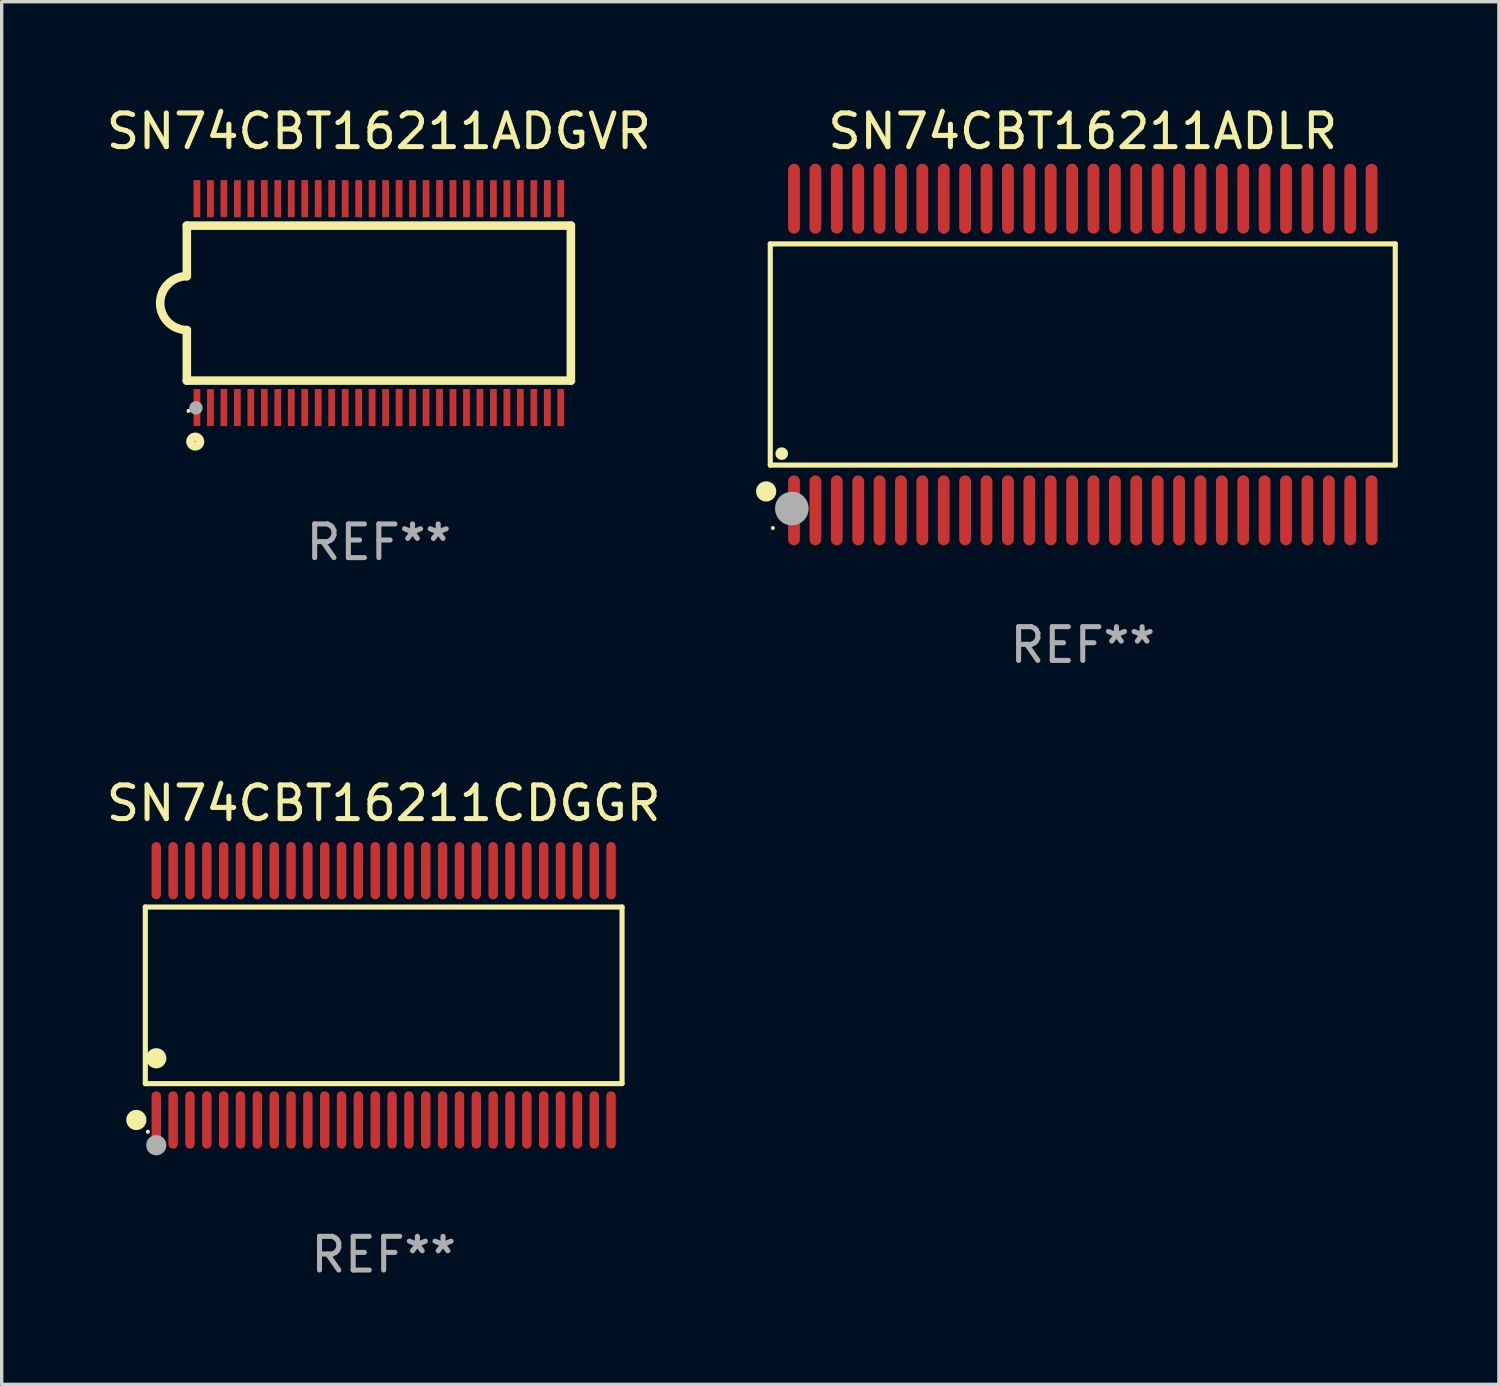
<source format=kicad_pcb>
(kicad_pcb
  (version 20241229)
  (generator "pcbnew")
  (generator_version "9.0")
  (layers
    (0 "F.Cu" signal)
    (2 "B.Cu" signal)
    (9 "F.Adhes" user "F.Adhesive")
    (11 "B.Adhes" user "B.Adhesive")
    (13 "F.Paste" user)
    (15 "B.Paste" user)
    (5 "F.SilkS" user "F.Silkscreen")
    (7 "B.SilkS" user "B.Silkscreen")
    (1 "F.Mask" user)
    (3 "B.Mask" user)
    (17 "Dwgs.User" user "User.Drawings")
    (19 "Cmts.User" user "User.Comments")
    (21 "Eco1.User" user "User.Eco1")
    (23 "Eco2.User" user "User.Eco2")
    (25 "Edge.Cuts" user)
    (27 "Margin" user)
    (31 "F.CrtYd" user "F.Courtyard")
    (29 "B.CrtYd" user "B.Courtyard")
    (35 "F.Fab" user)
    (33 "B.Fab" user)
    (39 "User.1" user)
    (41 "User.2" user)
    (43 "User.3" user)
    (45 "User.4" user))
  (footprint "SN74CBT16211ADGVR"
    (layer "F.Cu")
    (at 8.196 5.948)
    (property "Reference" "SN74CBT16211ADGVR" (at 0 -5.1 0) (layer "F.SilkS") (effects (font (size 1 1) (thickness 0.15))))
    (attr through_hole)
    (fp_line (start -5.7 -2.3) (end -5.7 -0.8) (stroke (width 0.254) (type solid)) (layer "F.SilkS"))
    (fp_line (start -5.7 -2.3) (end 5.7 -2.3) (stroke (width 0.254) (type solid)) (layer "F.SilkS"))
    (fp_line (start -5.7 2.3) (end -5.7 0.8) (stroke (width 0.254) (type solid)) (layer "F.SilkS"))
    (fp_line (start -5.7 2.3) (end 5.7 2.3) (stroke (width 0.254) (type solid)) (layer "F.SilkS"))
    (fp_line (start 5.7 -2.3) (end 5.7 2.3) (stroke (width 0.254) (type solid)) (layer "F.SilkS"))
    (fp_arc (start -5.700013 0.800025) (mid -6.500343 -0.000382) (end -5.699962 -0.800737) (stroke (width 0.254001) (type solid)) (layer "F.SilkS"))
    (fp_circle (center -5.65 3.2) (end -5.62 3.2) (stroke (width 0.06) (type solid)) (fill no) (layer "F.SilkS"))
    (fp_circle (center -5.45 4.11) (end -5.309 4.11) (stroke (width 0.254) (type solid)) (fill no) (layer "F.SilkS"))
    (fp_circle (center -5.43 3.11) (end -5.33 3.11) (stroke (width 0.2) (type solid)) (fill no) (layer "F.Fab"))
    (fp_text user "REF**" (at 0 7.1 0) (layer "F.Fab") (effects (font (size 1 1) (thickness 0.15))))
    (pad "1" smd rect (at -5.4 3.1) (size 0.2 1.1) (layers "F.Cu" "F.Mask" "F.Paste"))
    (pad "2" smd rect (at -5 3.1) (size 0.2 1.1) (layers "F.Cu" "F.Mask" "F.Paste"))
    (pad "3" smd rect (at -4.6 3.1) (size 0.2 1.1) (layers "F.Cu" "F.Mask" "F.Paste"))
    (pad "4" smd rect (at -4.2 3.1) (size 0.2 1.1) (layers "F.Cu" "F.Mask" "F.Paste"))
    (pad "5" smd rect (at -3.8 3.1) (size 0.2 1.1) (layers "F.Cu" "F.Mask" "F.Paste"))
    (pad "6" smd rect (at -3.4 3.1) (size 0.2 1.1) (layers "F.Cu" "F.Mask" "F.Paste"))
    (pad "7" smd rect (at -3 3.1) (size 0.2 1.1) (layers "F.Cu" "F.Mask" "F.Paste"))
    (pad "8" smd rect (at -2.6 3.1) (size 0.2 1.1) (layers "F.Cu" "F.Mask" "F.Paste"))
    (pad "9" smd rect (at -2.2 3.1) (size 0.2 1.1) (layers "F.Cu" "F.Mask" "F.Paste"))
    (pad "10" smd rect (at -1.8 3.1) (size 0.2 1.1) (layers "F.Cu" "F.Mask" "F.Paste"))
    (pad "11" smd rect (at -1.4 3.1) (size 0.2 1.1) (layers "F.Cu" "F.Mask" "F.Paste"))
    (pad "12" smd rect (at -1 3.1) (size 0.2 1.1) (layers "F.Cu" "F.Mask" "F.Paste"))
    (pad "13" smd rect (at -0.6 3.1) (size 0.2 1.1) (layers "F.Cu" "F.Mask" "F.Paste"))
    (pad "14" smd rect (at -0.2 3.1) (size 0.2 1.1) (layers "F.Cu" "F.Mask" "F.Paste"))
    (pad "15" smd rect (at 0.2 3.1) (size 0.2 1.1) (layers "F.Cu" "F.Mask" "F.Paste"))
    (pad "16" smd rect (at 0.6 3.1) (size 0.2 1.1) (layers "F.Cu" "F.Mask" "F.Paste"))
    (pad "17" smd rect (at 1 3.1) (size 0.2 1.1) (layers "F.Cu" "F.Mask" "F.Paste"))
    (pad "18" smd rect (at 1.4 3.1) (size 0.2 1.1) (layers "F.Cu" "F.Mask" "F.Paste"))
    (pad "19" smd rect (at 1.8 3.1) (size 0.2 1.1) (layers "F.Cu" "F.Mask" "F.Paste"))
    (pad "20" smd rect (at 2.2 3.1) (size 0.2 1.1) (layers "F.Cu" "F.Mask" "F.Paste"))
    (pad "21" smd rect (at 2.6 3.1) (size 0.2 1.1) (layers "F.Cu" "F.Mask" "F.Paste"))
    (pad "22" smd rect (at 3 3.1) (size 0.2 1.1) (layers "F.Cu" "F.Mask" "F.Paste"))
    (pad "23" smd rect (at 3.4 3.1) (size 0.2 1.1) (layers "F.Cu" "F.Mask" "F.Paste"))
    (pad "24" smd rect (at 3.8 3.1) (size 0.2 1.1) (layers "F.Cu" "F.Mask" "F.Paste"))
    (pad "25" smd rect (at 4.2 3.1) (size 0.2 1.1) (layers "F.Cu" "F.Mask" "F.Paste"))
    (pad "26" smd rect (at 4.6 3.1) (size 0.2 1.1) (layers "F.Cu" "F.Mask" "F.Paste"))
    (pad "27" smd rect (at 5 3.1) (size 0.2 1.1) (layers "F.Cu" "F.Mask" "F.Paste"))
    (pad "28" smd rect (at 5.4 3.1) (size 0.2 1.1) (layers "F.Cu" "F.Mask" "F.Paste"))
    (pad "29" smd rect (at 5.4 -3.1) (size 0.2 1.1) (layers "F.Cu" "F.Mask" "F.Paste"))
    (pad "30" smd rect (at 5 -3.1) (size 0.2 1.1) (layers "F.Cu" "F.Mask" "F.Paste"))
    (pad "31" smd rect (at 4.6 -3.1) (size 0.2 1.1) (layers "F.Cu" "F.Mask" "F.Paste"))
    (pad "32" smd rect (at 4.2 -3.1) (size 0.2 1.1) (layers "F.Cu" "F.Mask" "F.Paste"))
    (pad "33" smd rect (at 3.8 -3.1) (size 0.2 1.1) (layers "F.Cu" "F.Mask" "F.Paste"))
    (pad "34" smd rect (at 3.4 -3.1) (size 0.2 1.1) (layers "F.Cu" "F.Mask" "F.Paste"))
    (pad "35" smd rect (at 3 -3.1) (size 0.2 1.1) (layers "F.Cu" "F.Mask" "F.Paste"))
    (pad "36" smd rect (at 2.6 -3.1) (size 0.2 1.1) (layers "F.Cu" "F.Mask" "F.Paste"))
    (pad "37" smd rect (at 2.2 -3.1) (size 0.2 1.1) (layers "F.Cu" "F.Mask" "F.Paste"))
    (pad "38" smd rect (at 1.8 -3.1) (size 0.2 1.1) (layers "F.Cu" "F.Mask" "F.Paste"))
    (pad "39" smd rect (at 1.4 -3.1) (size 0.2 1.1) (layers "F.Cu" "F.Mask" "F.Paste"))
    (pad "40" smd rect (at 1 -3.1) (size 0.2 1.1) (layers "F.Cu" "F.Mask" "F.Paste"))
    (pad "41" smd rect (at 0.6 -3.1) (size 0.2 1.1) (layers "F.Cu" "F.Mask" "F.Paste"))
    (pad "42" smd rect (at 0.2 -3.1) (size 0.2 1.1) (layers "F.Cu" "F.Mask" "F.Paste"))
    (pad "43" smd rect (at -0.2 -3.1) (size 0.2 1.1) (layers "F.Cu" "F.Mask" "F.Paste"))
    (pad "44" smd rect (at -0.6 -3.1) (size 0.2 1.1) (layers "F.Cu" "F.Mask" "F.Paste"))
    (pad "45" smd rect (at -1 -3.1) (size 0.2 1.1) (layers "F.Cu" "F.Mask" "F.Paste"))
    (pad "46" smd rect (at -1.4 -3.1) (size 0.2 1.1) (layers "F.Cu" "F.Mask" "F.Paste"))
    (pad "47" smd rect (at -1.8 -3.1) (size 0.2 1.1) (layers "F.Cu" "F.Mask" "F.Paste"))
    (pad "48" smd rect (at -2.2 -3.1) (size 0.2 1.1) (layers "F.Cu" "F.Mask" "F.Paste"))
    (pad "49" smd rect (at -2.6 -3.1) (size 0.2 1.1) (layers "F.Cu" "F.Mask" "F.Paste"))
    (pad "50" smd rect (at -3 -3.1) (size 0.2 1.1) (layers "F.Cu" "F.Mask" "F.Paste"))
    (pad "51" smd rect (at -3.4 -3.1) (size 0.2 1.1) (layers "F.Cu" "F.Mask" "F.Paste"))
    (pad "52" smd rect (at -3.8 -3.1) (size 0.2 1.1) (layers "F.Cu" "F.Mask" "F.Paste"))
    (pad "53" smd rect (at -4.2 -3.1) (size 0.2 1.1) (layers "F.Cu" "F.Mask" "F.Paste"))
    (pad "54" smd rect (at -4.6 -3.1) (size 0.2 1.1) (layers "F.Cu" "F.Mask" "F.Paste"))
    (pad "55" smd rect (at -5 -3.1) (size 0.2 1.1) (layers "F.Cu" "F.Mask" "F.Paste"))
    (pad "56" smd rect (at -5.4 -3.1) (size 0.2 1.1) (layers "F.Cu" "F.Mask" "F.Paste")))
  (footprint "SN74CBT16211ADLR"
    (layer "F.Cu")
    (at 29.091 7.473)
    (property "Reference" "SN74CBT16211ADLR" (at 0 -6.625 0) (layer "F.SilkS") (effects (font (size 1 1) (thickness 0.15))))
    (attr through_hole)
    (fp_line (start -9.276 -3.283) (end 9.276 -3.283) (stroke (width 0.152) (type solid)) (layer "F.SilkS"))
    (fp_line (start -9.276 3.283) (end -9.276 -3.283) (stroke (width 0.152) (type solid)) (layer "F.SilkS"))
    (fp_line (start 9.276 -3.283) (end 9.276 3.283) (stroke (width 0.152) (type solid)) (layer "F.SilkS"))
    (fp_line (start 9.276 3.283) (end -9.276 3.283) (stroke (width 0.152) (type solid)) (layer "F.SilkS"))
    (fp_circle (center -9.398 4.064) (end -9.248 4.064) (stroke (width 0.3) (type solid)) (fill no) (layer "F.SilkS"))
    (fp_circle (center -9.2 5.15) (end -9.17 5.15) (stroke (width 0.06) (type solid)) (fill no) (layer "F.SilkS"))
    (fp_circle (center -8.936 2.943) (end -8.842 2.943) (stroke (width 0.188) (type solid)) (fill no) (layer "F.SilkS"))
    (fp_circle (center -8.636 4.572) (end -8.386 4.572) (stroke (width 0.5) (type solid)) (fill no) (layer "F.Fab"))
    (fp_text user "REF**" (at 0 8.625 0) (layer "F.Fab") (effects (font (size 1 1) (thickness 0.15))))
    (pad "1" smd oval (at -8.572 4.625 90) (size 2.075 0.35) (layers "F.Cu" "F.Mask" "F.Paste"))
    (pad "2" smd oval (at -7.937 4.625 90) (size 2.075 0.35) (layers "F.Cu" "F.Mask" "F.Paste"))
    (pad "3" smd oval (at -7.302 4.625 90) (size 2.075 0.35) (layers "F.Cu" "F.Mask" "F.Paste"))
    (pad "4" smd oval (at -6.667 4.625 90) (size 2.075 0.35) (layers "F.Cu" "F.Mask" "F.Paste"))
    (pad "5" smd oval (at -6.032 4.625 90) (size 2.075 0.35) (layers "F.Cu" "F.Mask" "F.Paste"))
    (pad "6" smd oval (at -5.397 4.625 90) (size 2.075 0.35) (layers "F.Cu" "F.Mask" "F.Paste"))
    (pad "7" smd oval (at -4.762 4.625 90) (size 2.075 0.35) (layers "F.Cu" "F.Mask" "F.Paste"))
    (pad "8" smd oval (at -4.127 4.625 90) (size 2.075 0.35) (layers "F.Cu" "F.Mask" "F.Paste"))
    (pad "9" smd oval (at -3.492 4.625 90) (size 2.075 0.35) (layers "F.Cu" "F.Mask" "F.Paste"))
    (pad "10" smd oval (at -2.857 4.625 90) (size 2.075 0.35) (layers "F.Cu" "F.Mask" "F.Paste"))
    (pad "11" smd oval (at -2.222 4.625 90) (size 2.075 0.35) (layers "F.Cu" "F.Mask" "F.Paste"))
    (pad "12" smd oval (at -1.587 4.625 90) (size 2.075 0.35) (layers "F.Cu" "F.Mask" "F.Paste"))
    (pad "13" smd oval (at -0.952 4.625 90) (size 2.075 0.35) (layers "F.Cu" "F.Mask" "F.Paste"))
    (pad "14" smd oval (at -0.317 4.625 90) (size 2.075 0.35) (layers "F.Cu" "F.Mask" "F.Paste"))
    (pad "15" smd oval (at 0.318 4.625 90) (size 2.075 0.35) (layers "F.Cu" "F.Mask" "F.Paste"))
    (pad "16" smd oval (at 0.953 4.625 90) (size 2.075 0.35) (layers "F.Cu" "F.Mask" "F.Paste"))
    (pad "17" smd oval (at 1.588 4.625 90) (size 2.075 0.35) (layers "F.Cu" "F.Mask" "F.Paste"))
    (pad "18" smd oval (at 2.223 4.625 90) (size 2.075 0.35) (layers "F.Cu" "F.Mask" "F.Paste"))
    (pad "19" smd oval (at 2.858 4.625 90) (size 2.075 0.35) (layers "F.Cu" "F.Mask" "F.Paste"))
    (pad "20" smd oval (at 3.493 4.625 90) (size 2.075 0.35) (layers "F.Cu" "F.Mask" "F.Paste"))
    (pad "21" smd oval (at 4.128 4.625 90) (size 2.075 0.35) (layers "F.Cu" "F.Mask" "F.Paste"))
    (pad "22" smd oval (at 4.763 4.625 90) (size 2.075 0.35) (layers "F.Cu" "F.Mask" "F.Paste"))
    (pad "23" smd oval (at 5.398 4.625 90) (size 2.075 0.35) (layers "F.Cu" "F.Mask" "F.Paste"))
    (pad "24" smd oval (at 6.033 4.625 90) (size 2.075 0.35) (layers "F.Cu" "F.Mask" "F.Paste"))
    (pad "25" smd oval (at 6.668 4.625 90) (size 2.075 0.35) (layers "F.Cu" "F.Mask" "F.Paste"))
    (pad "26" smd oval (at 7.303 4.625 90) (size 2.075 0.35) (layers "F.Cu" "F.Mask" "F.Paste"))
    (pad "27" smd oval (at 7.938 4.625 90) (size 2.075 0.35) (layers "F.Cu" "F.Mask" "F.Paste"))
    (pad "28" smd oval (at 8.573 4.625 90) (size 2.075 0.35) (layers "F.Cu" "F.Mask" "F.Paste"))
    (pad "29" smd oval (at 8.573 -4.625 90) (size 2.075 0.35) (layers "F.Cu" "F.Mask" "F.Paste"))
    (pad "30" smd oval (at 7.938 -4.625 90) (size 2.075 0.35) (layers "F.Cu" "F.Mask" "F.Paste"))
    (pad "31" smd oval (at 7.303 -4.625 90) (size 2.075 0.35) (layers "F.Cu" "F.Mask" "F.Paste"))
    (pad "32" smd oval (at 6.668 -4.625 90) (size 2.075 0.35) (layers "F.Cu" "F.Mask" "F.Paste"))
    (pad "33" smd oval (at 6.033 -4.625 90) (size 2.075 0.35) (layers "F.Cu" "F.Mask" "F.Paste"))
    (pad "34" smd oval (at 5.398 -4.625 90) (size 2.075 0.35) (layers "F.Cu" "F.Mask" "F.Paste"))
    (pad "35" smd oval (at 4.763 -4.625 90) (size 2.075 0.35) (layers "F.Cu" "F.Mask" "F.Paste"))
    (pad "36" smd oval (at 4.128 -4.625 90) (size 2.075 0.35) (layers "F.Cu" "F.Mask" "F.Paste"))
    (pad "37" smd oval (at 3.493 -4.625 90) (size 2.075 0.35) (layers "F.Cu" "F.Mask" "F.Paste"))
    (pad "38" smd oval (at 2.858 -4.625 90) (size 2.075 0.35) (layers "F.Cu" "F.Mask" "F.Paste"))
    (pad "39" smd oval (at 2.223 -4.625 90) (size 2.075 0.35) (layers "F.Cu" "F.Mask" "F.Paste"))
    (pad "40" smd oval (at 1.588 -4.625 90) (size 2.075 0.35) (layers "F.Cu" "F.Mask" "F.Paste"))
    (pad "41" smd oval (at 0.953 -4.625 90) (size 2.075 0.35) (layers "F.Cu" "F.Mask" "F.Paste"))
    (pad "42" smd oval (at 0.318 -4.625 90) (size 2.075 0.35) (layers "F.Cu" "F.Mask" "F.Paste"))
    (pad "43" smd oval (at -0.317 -4.625 90) (size 2.075 0.35) (layers "F.Cu" "F.Mask" "F.Paste"))
    (pad "44" smd oval (at -0.952 -4.625 90) (size 2.075 0.35) (layers "F.Cu" "F.Mask" "F.Paste"))
    (pad "45" smd oval (at -1.587 -4.625 90) (size 2.075 0.35) (layers "F.Cu" "F.Mask" "F.Paste"))
    (pad "46" smd oval (at -2.222 -4.625 90) (size 2.075 0.35) (layers "F.Cu" "F.Mask" "F.Paste"))
    (pad "47" smd oval (at -2.857 -4.625 90) (size 2.075 0.35) (layers "F.Cu" "F.Mask" "F.Paste"))
    (pad "48" smd oval (at -3.492 -4.625 90) (size 2.075 0.35) (layers "F.Cu" "F.Mask" "F.Paste"))
    (pad "49" smd oval (at -4.127 -4.625 90) (size 2.075 0.35) (layers "F.Cu" "F.Mask" "F.Paste"))
    (pad "50" smd oval (at -4.762 -4.625 90) (size 2.075 0.35) (layers "F.Cu" "F.Mask" "F.Paste"))
    (pad "51" smd oval (at -5.397 -4.625 90) (size 2.075 0.35) (layers "F.Cu" "F.Mask" "F.Paste"))
    (pad "52" smd oval (at -6.032 -4.625 90) (size 2.075 0.35) (layers "F.Cu" "F.Mask" "F.Paste"))
    (pad "53" smd oval (at -6.667 -4.625 90) (size 2.075 0.35) (layers "F.Cu" "F.Mask" "F.Paste"))
    (pad "54" smd oval (at -7.302 -4.625 90) (size 2.075 0.35) (layers "F.Cu" "F.Mask" "F.Paste"))
    (pad "55" smd oval (at -7.937 -4.625 90) (size 2.075 0.35) (layers "F.Cu" "F.Mask" "F.Paste"))
    (pad "56" smd oval (at -8.572 -4.625 90) (size 2.075 0.35) (layers "F.Cu" "F.Mask" "F.Paste")))
  (footprint "SN74CBT16211CDGGR"
    (layer "F.Cu")
    (at 8.339 26.495)
    (property "Reference" "SN74CBT16211CDGGR" (at 0 -5.7 0) (layer "F.SilkS") (effects (font (size 1 1) (thickness 0.15))))
    (attr through_hole)
    (fp_line (start -7.076 -2.621) (end 7.076 -2.621) (stroke (width 0.152) (type solid)) (layer "F.SilkS"))
    (fp_line (start -7.076 2.621) (end -7.076 -2.621) (stroke (width 0.152) (type solid)) (layer "F.SilkS"))
    (fp_line (start 7.076 -2.621) (end 7.076 2.621) (stroke (width 0.152) (type solid)) (layer "F.SilkS"))
    (fp_line (start 7.076 2.621) (end -7.076 2.621) (stroke (width 0.152) (type solid)) (layer "F.SilkS"))
    (fp_circle (center -7.342 3.7) (end -7.192 3.7) (stroke (width 0.3) (type solid)) (fill no) (layer "F.SilkS"))
    (fp_circle (center -7 4.05) (end -6.97 4.05) (stroke (width 0.06) (type solid)) (fill no) (layer "F.SilkS"))
    (fp_circle (center -6.75 1.869) (end -6.6 1.869) (stroke (width 0.3) (type solid)) (fill no) (layer "F.SilkS"))
    (fp_circle (center -6.75 4.45) (end -6.6 4.45) (stroke (width 0.3) (type solid)) (fill no) (layer "F.Fab"))
    (fp_text user "REF**" (at 0 7.7 0) (layer "F.Fab") (effects (font (size 1 1) (thickness 0.15))))
    (pad "1" smd oval (at -6.75 3.7) (size 0.28 1.7) (layers "F.Cu" "F.Mask" "F.Paste"))
    (pad "2" smd oval (at -6.25 3.7) (size 0.28 1.7) (layers "F.Cu" "F.Mask" "F.Paste"))
    (pad "3" smd oval (at -5.75 3.7) (size 0.28 1.7) (layers "F.Cu" "F.Mask" "F.Paste"))
    (pad "4" smd oval (at -5.25 3.7) (size 0.28 1.7) (layers "F.Cu" "F.Mask" "F.Paste"))
    (pad "5" smd oval (at -4.75 3.7) (size 0.28 1.7) (layers "F.Cu" "F.Mask" "F.Paste"))
    (pad "6" smd oval (at -4.25 3.7) (size 0.28 1.7) (layers "F.Cu" "F.Mask" "F.Paste"))
    (pad "7" smd oval (at -3.75 3.7) (size 0.28 1.7) (layers "F.Cu" "F.Mask" "F.Paste"))
    (pad "8" smd oval (at -3.25 3.7) (size 0.28 1.7) (layers "F.Cu" "F.Mask" "F.Paste"))
    (pad "9" smd oval (at -2.75 3.7) (size 0.28 1.7) (layers "F.Cu" "F.Mask" "F.Paste"))
    (pad "10" smd oval (at -2.25 3.7) (size 0.28 1.7) (layers "F.Cu" "F.Mask" "F.Paste"))
    (pad "11" smd oval (at -1.75 3.7) (size 0.28 1.7) (layers "F.Cu" "F.Mask" "F.Paste"))
    (pad "12" smd oval (at -1.25 3.7) (size 0.28 1.7) (layers "F.Cu" "F.Mask" "F.Paste"))
    (pad "13" smd oval (at -0.75 3.7) (size 0.28 1.7) (layers "F.Cu" "F.Mask" "F.Paste"))
    (pad "14" smd oval (at -0.25 3.7) (size 0.28 1.7) (layers "F.Cu" "F.Mask" "F.Paste"))
    (pad "15" smd oval (at 0.25 3.7) (size 0.28 1.7) (layers "F.Cu" "F.Mask" "F.Paste"))
    (pad "16" smd oval (at 0.75 3.7) (size 0.28 1.7) (layers "F.Cu" "F.Mask" "F.Paste"))
    (pad "17" smd oval (at 1.25 3.7) (size 0.28 1.7) (layers "F.Cu" "F.Mask" "F.Paste"))
    (pad "18" smd oval (at 1.75 3.7) (size 0.28 1.7) (layers "F.Cu" "F.Mask" "F.Paste"))
    (pad "19" smd oval (at 2.25 3.7) (size 0.28 1.7) (layers "F.Cu" "F.Mask" "F.Paste"))
    (pad "20" smd oval (at 2.75 3.7) (size 0.28 1.7) (layers "F.Cu" "F.Mask" "F.Paste"))
    (pad "21" smd oval (at 3.25 3.7) (size 0.28 1.7) (layers "F.Cu" "F.Mask" "F.Paste"))
    (pad "22" smd oval (at 3.75 3.7) (size 0.28 1.7) (layers "F.Cu" "F.Mask" "F.Paste"))
    (pad "23" smd oval (at 4.25 3.7) (size 0.28 1.7) (layers "F.Cu" "F.Mask" "F.Paste"))
    (pad "24" smd oval (at 4.75 3.7) (size 0.28 1.7) (layers "F.Cu" "F.Mask" "F.Paste"))
    (pad "25" smd oval (at 5.25 3.7) (size 0.28 1.7) (layers "F.Cu" "F.Mask" "F.Paste"))
    (pad "26" smd oval (at 5.75 3.7) (size 0.28 1.7) (layers "F.Cu" "F.Mask" "F.Paste"))
    (pad "27" smd oval (at 6.25 3.7) (size 0.28 1.7) (layers "F.Cu" "F.Mask" "F.Paste"))
    (pad "28" smd oval (at 6.75 3.7) (size 0.28 1.7) (layers "F.Cu" "F.Mask" "F.Paste"))
    (pad "29" smd oval (at 6.75 -3.7) (size 0.28 1.7) (layers "F.Cu" "F.Mask" "F.Paste"))
    (pad "30" smd oval (at 6.25 -3.7) (size 0.28 1.7) (layers "F.Cu" "F.Mask" "F.Paste"))
    (pad "31" smd oval (at 5.75 -3.7) (size 0.28 1.7) (layers "F.Cu" "F.Mask" "F.Paste"))
    (pad "32" smd oval (at 5.25 -3.7) (size 0.28 1.7) (layers "F.Cu" "F.Mask" "F.Paste"))
    (pad "33" smd oval (at 4.75 -3.7) (size 0.28 1.7) (layers "F.Cu" "F.Mask" "F.Paste"))
    (pad "34" smd oval (at 4.25 -3.7) (size 0.28 1.7) (layers "F.Cu" "F.Mask" "F.Paste"))
    (pad "35" smd oval (at 3.75 -3.7) (size 0.28 1.7) (layers "F.Cu" "F.Mask" "F.Paste"))
    (pad "36" smd oval (at 3.25 -3.7) (size 0.28 1.7) (layers "F.Cu" "F.Mask" "F.Paste"))
    (pad "37" smd oval (at 2.75 -3.7) (size 0.28 1.7) (layers "F.Cu" "F.Mask" "F.Paste"))
    (pad "38" smd oval (at 2.25 -3.7) (size 0.28 1.7) (layers "F.Cu" "F.Mask" "F.Paste"))
    (pad "39" smd oval (at 1.75 -3.7) (size 0.28 1.7) (layers "F.Cu" "F.Mask" "F.Paste"))
    (pad "40" smd oval (at 1.25 -3.7) (size 0.28 1.7) (layers "F.Cu" "F.Mask" "F.Paste"))
    (pad "41" smd oval (at 0.75 -3.7) (size 0.28 1.7) (layers "F.Cu" "F.Mask" "F.Paste"))
    (pad "42" smd oval (at 0.25 -3.7) (size 0.28 1.7) (layers "F.Cu" "F.Mask" "F.Paste"))
    (pad "43" smd oval (at -0.25 -3.7) (size 0.28 1.7) (layers "F.Cu" "F.Mask" "F.Paste"))
    (pad "44" smd oval (at -0.75 -3.7) (size 0.28 1.7) (layers "F.Cu" "F.Mask" "F.Paste"))
    (pad "45" smd oval (at -1.25 -3.7) (size 0.28 1.7) (layers "F.Cu" "F.Mask" "F.Paste"))
    (pad "46" smd oval (at -1.75 -3.7) (size 0.28 1.7) (layers "F.Cu" "F.Mask" "F.Paste"))
    (pad "47" smd oval (at -2.25 -3.7) (size 0.28 1.7) (layers "F.Cu" "F.Mask" "F.Paste"))
    (pad "48" smd oval (at -2.75 -3.7) (size 0.28 1.7) (layers "F.Cu" "F.Mask" "F.Paste"))
    (pad "49" smd oval (at -3.25 -3.7) (size 0.28 1.7) (layers "F.Cu" "F.Mask" "F.Paste"))
    (pad "50" smd oval (at -3.75 -3.7) (size 0.28 1.7) (layers "F.Cu" "F.Mask" "F.Paste"))
    (pad "51" smd oval (at -4.25 -3.7) (size 0.28 1.7) (layers "F.Cu" "F.Mask" "F.Paste"))
    (pad "52" smd oval (at -4.75 -3.7) (size 0.28 1.7) (layers "F.Cu" "F.Mask" "F.Paste"))
    (pad "53" smd oval (at -5.25 -3.7) (size 0.28 1.7) (layers "F.Cu" "F.Mask" "F.Paste"))
    (pad "54" smd oval (at -5.75 -3.7) (size 0.28 1.7) (layers "F.Cu" "F.Mask" "F.Paste"))
    (pad "55" smd oval (at -6.25 -3.7) (size 0.28 1.7) (layers "F.Cu" "F.Mask" "F.Paste"))
    (pad "56" smd oval (at -6.75 -3.7) (size 0.28 1.7) (layers "F.Cu" "F.Mask" "F.Paste")))
  (gr_rect
    (start -3 -3)
    (end 41.443 38.043)
    (stroke (width 0.1) (type default))
    (fill no)
    (layer "Edge.Cuts")))
</source>
